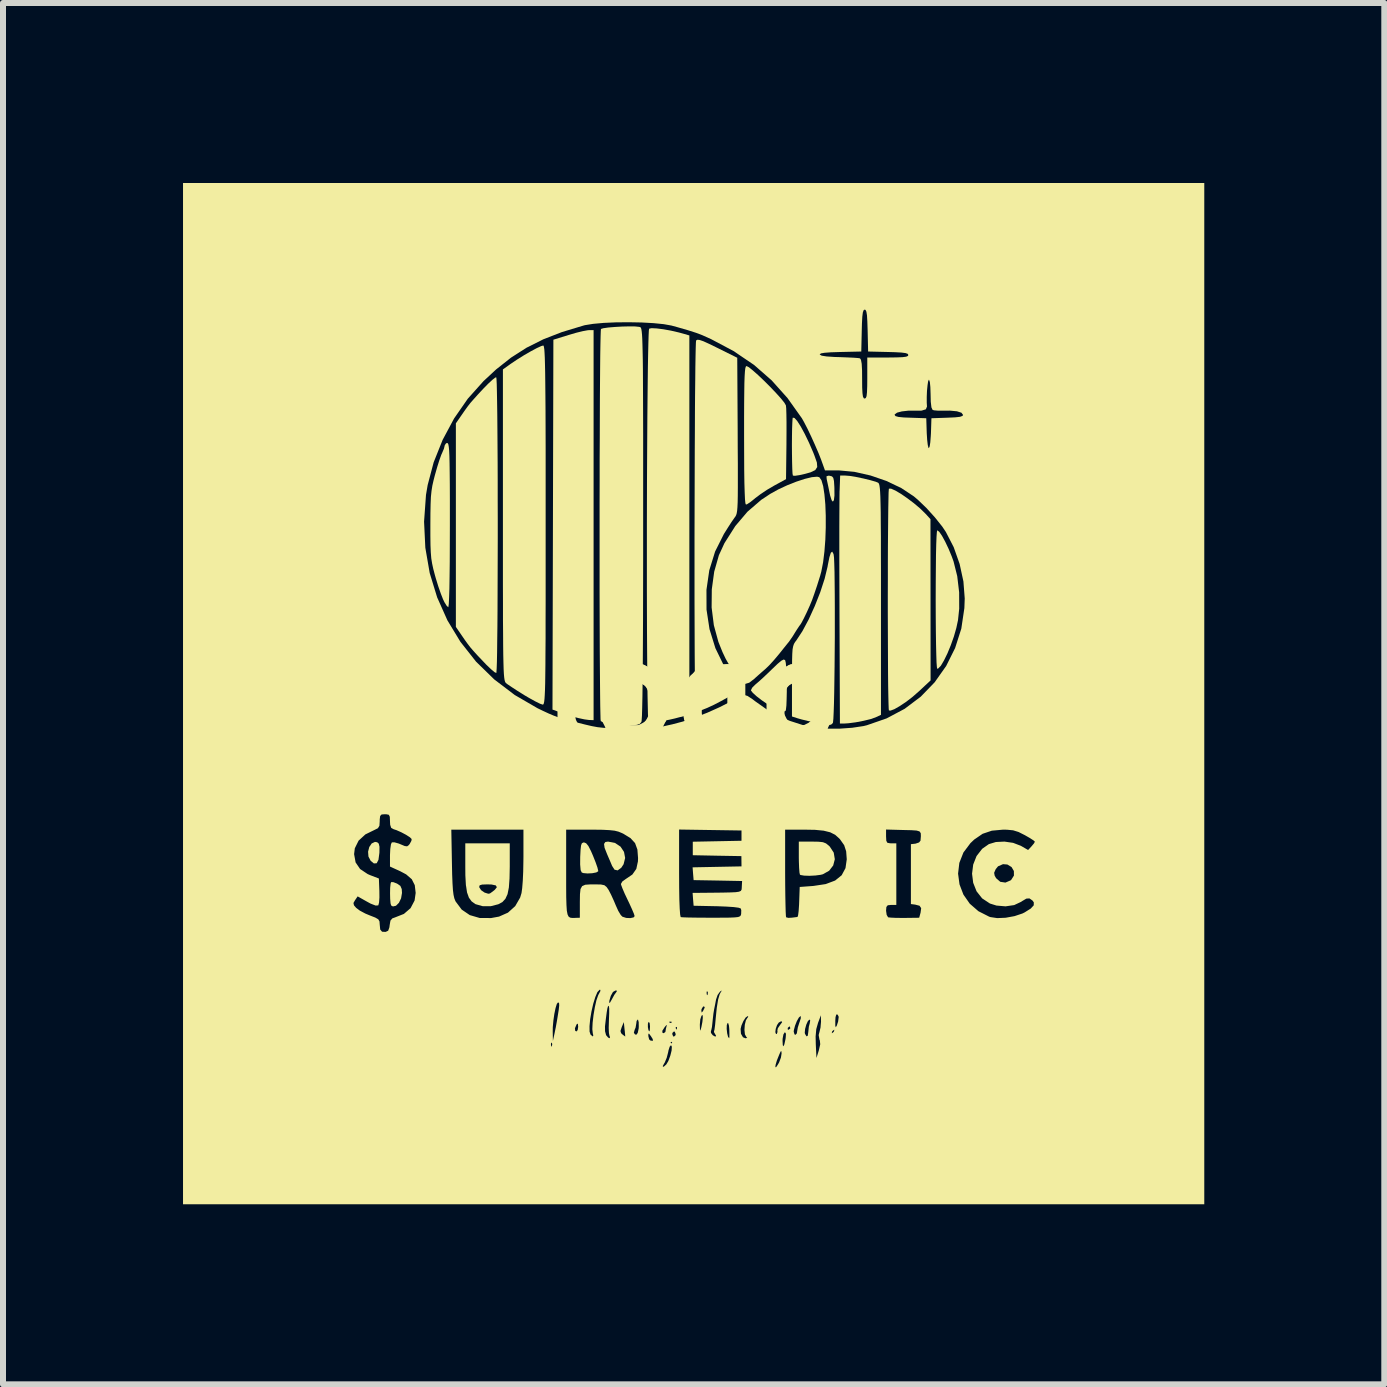
<source format=kicad_pcb>
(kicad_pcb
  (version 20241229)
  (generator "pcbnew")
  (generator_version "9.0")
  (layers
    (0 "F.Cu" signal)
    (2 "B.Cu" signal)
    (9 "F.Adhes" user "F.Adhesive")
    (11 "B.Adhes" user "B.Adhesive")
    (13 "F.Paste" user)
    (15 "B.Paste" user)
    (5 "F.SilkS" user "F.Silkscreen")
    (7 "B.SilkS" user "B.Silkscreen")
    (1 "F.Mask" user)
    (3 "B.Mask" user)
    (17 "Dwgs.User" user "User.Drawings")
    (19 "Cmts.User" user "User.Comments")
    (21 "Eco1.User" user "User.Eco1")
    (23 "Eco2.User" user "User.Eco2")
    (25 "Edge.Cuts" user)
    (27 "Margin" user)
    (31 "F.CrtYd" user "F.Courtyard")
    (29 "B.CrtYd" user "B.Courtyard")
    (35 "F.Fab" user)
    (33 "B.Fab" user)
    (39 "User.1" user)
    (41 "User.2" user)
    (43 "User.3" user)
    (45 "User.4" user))
  (footprint "logo"
    (layer "F.Cu")
    (at 8.495 8.495)
    (property "Reference" "logo" (at 0 0 0) (layer "F.SilkS") (effects (font (size 1.524 1.524) (thickness 0.3))))
    (attr board_only exclude_from_pos_files exclude_from_bom)
    (fp_poly (pts (xy -5.259 2.491) (xy -5.233 2.514) (xy -5.221 2.566) (xy -5.222 2.66) (xy -5.223 2.672) (xy -5.238 2.784) (xy -5.268 2.841) (xy -5.314 2.844) (xy -5.368 2.8) (xy -5.405 2.729) (xy -5.411 2.648) (xy -5.391 2.57) (xy -5.351 2.511) (xy -5.296 2.485)) (stroke (width 0) (type solid)) (fill yes) (layer "F.SilkS"))
    (fp_poly (pts (xy -1.653 0.456) (xy -1.732 0.453) (xy -1.806 0.443) (xy -1.904 0.422) (xy -1.953 0.409) (xy -2.066 0.375) (xy -2.181 0.337) (xy -2.217 0.324) (xy -2.338 0.28) (xy -2.323 -5.884) (xy -2.067 -5.963) (xy -1.945 -5.999) (xy -1.835 -6.026) (xy -1.754 -6.041) (xy -1.732 -6.043) (xy -1.653 -6.044)) (stroke (width 0) (type solid)) (fill yes) (layer "F.SilkS"))
    (fp_poly (pts (xy -1.295 2.503) (xy -1.204 2.564) (xy -1.146 2.652) (xy -1.127 2.753) (xy -1.153 2.857) (xy -1.191 2.915) (xy -1.252 2.96) (xy -1.304 2.948) (xy -1.344 2.886) (xy -1.376 2.81) (xy -1.417 2.715) (xy -1.429 2.687) (xy -1.47 2.583) (xy -1.479 2.519) (xy -1.457 2.487) (xy -1.412 2.48)) (stroke (width 0) (type solid)) (fill yes) (layer "F.SilkS"))
    (fp_poly (pts (xy -4.933 3.178) (xy -4.928 3.18) (xy -4.873 3.218) (xy -4.85 3.271) (xy -4.846 3.336) (xy -4.861 3.425) (xy -4.897 3.5) (xy -4.946 3.549) (xy -4.997 3.561) (xy -5.027 3.544) (xy -5.037 3.507) (xy -5.043 3.432) (xy -5.045 3.34) (xy -5.043 3.25) (xy -5.036 3.181) (xy -5.028 3.156) (xy -4.993 3.155)) (stroke (width 0) (type solid)) (fill yes) (layer "F.SilkS"))
    (fp_poly (pts (xy 2.284 -3.616) (xy 2.32 -3.606) (xy 2.341 -3.582) (xy 2.353 -3.529) (xy 2.359 -3.435) (xy 2.36 -3.409) (xy 2.361 -3.287) (xy 2.352 -3.212) (xy 2.335 -3.185) (xy 2.314 -3.209) (xy 2.289 -3.287) (xy 2.281 -3.325) (xy 2.26 -3.428) (xy 2.241 -3.517) (xy 2.232 -3.559) (xy 2.228 -3.607) (xy 2.26 -3.618)) (stroke (width 0) (type solid)) (fill yes) (layer "F.SilkS"))
    (fp_poly (pts (xy -1.777 2.508) (xy -1.74 2.553) (xy -1.696 2.639) (xy -1.661 2.72) (xy -1.619 2.826) (xy -1.589 2.912) (xy -1.576 2.966) (xy -1.576 2.975) (xy -1.608 2.994) (xy -1.675 3.007) (xy -1.754 3.011) (xy -1.822 3.005) (xy -1.85 2.995) (xy -1.869 2.955) (xy -1.877 2.862) (xy -1.876 2.734) (xy -1.87 2.617) (xy -1.862 2.545) (xy -1.849 2.509) (xy -1.827 2.496) (xy -1.811 2.494)) (stroke (width 0) (type solid)) (fill yes) (layer "F.SilkS"))
    (fp_poly (pts (xy 2.096 2.482) (xy 2.169 2.49) (xy 2.22 2.51) (xy 2.265 2.546) (xy 2.283 2.563) (xy 2.349 2.664) (xy 2.367 2.774) (xy 2.34 2.878) (xy 2.272 2.966) (xy 2.168 3.024) (xy 2.134 3.033) (xy 2.044 3.045) (xy 1.945 3.05) (xy 1.856 3.047) (xy 1.797 3.037) (xy 1.786 3.031) (xy 1.778 2.996) (xy 1.772 2.918) (xy 1.768 2.81) (xy 1.767 2.746) (xy 1.767 2.48) (xy 1.983 2.48)) (stroke (width 0) (type solid)) (fill yes) (layer "F.SilkS"))
    (fp_poly (pts (xy 1.696 -4.579) (xy 1.742 -4.527) (xy 1.8 -4.436) (xy 1.866 -4.314) (xy 1.937 -4.167) (xy 2.008 -4.003) (xy 2.028 -3.952) (xy 2.068 -3.838) (xy 2.074 -3.762) (xy 2.041 -3.711) (xy 1.963 -3.674) (xy 1.874 -3.649) (xy 1.777 -3.627) (xy 1.703 -3.616) (xy 1.669 -3.619) (xy 1.668 -3.62) (xy 1.662 -3.656) (xy 1.658 -3.737) (xy 1.655 -3.851) (xy 1.653 -3.986) (xy 1.652 -4.13) (xy 1.653 -4.272) (xy 1.655 -4.4) (xy 1.659 -4.503) (xy 1.663 -4.568) (xy 1.667 -4.585)) (stroke (width 0) (type solid)) (fill yes) (layer "F.SilkS"))
    (fp_poly (pts (xy 1.536 -0.546) (xy 1.54 -0.541) (xy 1.55 -0.498) (xy 1.558 -0.411) (xy 1.563 -0.294) (xy 1.566 -0.16) (xy 1.567 -0.022) (xy 1.564 0.107) (xy 1.56 0.213) (xy 1.552 0.283) (xy 1.546 0.302) (xy 1.511 0.316) (xy 1.44 0.298) (xy 1.425 0.292) (xy 1.344 0.251) (xy 1.249 0.193) (xy 1.151 0.126) (xy 1.064 0.059) (xy 1 0.001) (xy 0.97 -0.038) (xy 0.969 -0.042) (xy 0.99 -0.085) (xy 1.041 -0.136) (xy 1.048 -0.142) (xy 1.103 -0.189) (xy 1.184 -0.263) (xy 1.278 -0.352) (xy 1.32 -0.393) (xy 1.413 -0.482) (xy 1.475 -0.534) (xy 1.514 -0.554)) (stroke (width 0) (type solid)) (fill yes) (layer "F.SilkS"))
    (fp_poly (pts (xy 4.107 -2.683) (xy 4.153 -2.616) (xy 4.207 -2.517) (xy 4.263 -2.399) (xy 4.316 -2.271) (xy 4.346 -2.188) (xy 4.407 -1.944) (xy 4.439 -1.674) (xy 4.44 -1.401) (xy 4.42 -1.211) (xy 4.392 -1.08) (xy 4.351 -0.937) (xy 4.3 -0.793) (xy 4.244 -0.657) (xy 4.187 -0.54) (xy 4.135 -0.452) (xy 4.09 -0.405) (xy 4.074 -0.399) (xy 4.068 -0.427) (xy 4.062 -0.507) (xy 4.058 -0.635) (xy 4.054 -0.807) (xy 4.051 -1.018) (xy 4.049 -1.264) (xy 4.048 -1.539) (xy 4.048 -1.554) (xy 4.049 -1.835) (xy 4.051 -2.085) (xy 4.053 -2.298) (xy 4.057 -2.471) (xy 4.062 -2.6) (xy 4.068 -2.681) (xy 4.074 -2.708)) (stroke (width 0) (type solid)) (fill yes) (layer "F.SilkS"))
    (fp_poly (pts (xy -3.05 2.896) (xy -3.054 3.095) (xy -3.065 3.246) (xy -3.087 3.356) (xy -3.123 3.434) (xy -3.173 3.488) (xy -3.24 3.524) (xy -3.369 3.557) (xy -3.504 3.556) (xy -3.619 3.523) (xy -3.624 3.521) (xy -3.686 3.476) (xy -3.731 3.414) (xy -3.762 3.327) (xy -3.776 3.234) (xy -3.559 3.234) (xy -3.558 3.242) (xy -3.527 3.29) (xy -3.469 3.33) (xy -3.408 3.349) (xy -3.38 3.344) (xy -3.335 3.312) (xy -3.3 3.284) (xy -3.265 3.24) (xy -3.283 3.21) (xy -3.354 3.195) (xy -3.425 3.193) (xy -3.51 3.196) (xy -3.551 3.208) (xy -3.559 3.234) (xy -3.776 3.234) (xy -3.781 3.206) (xy -3.79 3.042) (xy -3.791 2.896) (xy -3.791 2.509) (xy -3.05 2.509)) (stroke (width 0) (type solid)) (fill yes) (layer "F.SilkS"))
    (fp_poly (pts (xy 3.306 -3.401) (xy 3.376 -3.37) (xy 3.469 -3.315) (xy 3.575 -3.242) (xy 3.685 -3.159) (xy 3.788 -3.072) (xy 3.874 -2.988) (xy 3.883 -2.979) (xy 3.961 -2.893) (xy 3.962 -1.55) (xy 3.963 -0.206) (xy 3.769 -0.025) (xy 3.664 0.067) (xy 3.554 0.152) (xy 3.449 0.222) (xy 3.36 0.273) (xy 3.295 0.297) (xy 3.268 0.294) (xy 3.265 0.263) (xy 3.262 0.18) (xy 3.259 0.052) (xy 3.256 -0.115) (xy 3.254 -0.316) (xy 3.253 -0.545) (xy 3.252 -0.795) (xy 3.251 -1.062) (xy 3.25 -1.339) (xy 3.25 -1.621) (xy 3.251 -1.901) (xy 3.251 -2.174) (xy 3.252 -2.434) (xy 3.254 -2.675) (xy 3.256 -2.891) (xy 3.258 -3.077) (xy 3.261 -3.226) (xy 3.263 -3.333) (xy 3.267 -3.392) (xy 3.269 -3.402)) (stroke (width 0) (type solid)) (fill yes) (layer "F.SilkS"))
    (fp_poly (pts (xy 0.935 -5.425) (xy 1.002 -5.371) (xy 1.09 -5.293) (xy 1.19 -5.198) (xy 1.292 -5.096) (xy 1.388 -4.995) (xy 1.469 -4.905) (xy 1.527 -4.833) (xy 1.552 -4.789) (xy 1.557 -4.74) (xy 1.56 -4.643) (xy 1.562 -4.509) (xy 1.562 -4.348) (xy 1.561 -4.169) (xy 1.561 -4.139) (xy 1.554 -3.56) (xy 1.354 -3.451) (xy 1.238 -3.383) (xy 1.125 -3.307) (xy 1.037 -3.241) (xy 1.036 -3.239) (xy 0.965 -3.182) (xy 0.908 -3.144) (xy 0.886 -3.136) (xy 0.877 -3.158) (xy 0.87 -3.224) (xy 0.865 -3.338) (xy 0.86 -3.5) (xy 0.857 -3.714) (xy 0.856 -3.98) (xy 0.855 -4.29) (xy 0.855 -4.582) (xy 0.856 -4.821) (xy 0.858 -5.012) (xy 0.86 -5.162) (xy 0.864 -5.274) (xy 0.869 -5.353) (xy 0.875 -5.405) (xy 0.883 -5.434) (xy 0.893 -5.444) (xy 0.896 -5.445)) (stroke (width 0) (type solid)) (fill yes) (layer "F.SilkS"))
    (fp_poly (pts (xy 2.616 -3.614) (xy 2.724 -3.596) (xy 2.844 -3.571) (xy 2.959 -3.543) (xy 3.049 -3.517) (xy 3.086 -3.502) (xy 3.096 -3.494) (xy 3.104 -3.479) (xy 3.111 -3.452) (xy 3.117 -3.41) (xy 3.122 -3.349) (xy 3.126 -3.264) (xy 3.129 -3.151) (xy 3.132 -3.007) (xy 3.133 -2.827) (xy 3.135 -2.608) (xy 3.135 -2.345) (xy 3.136 -2.034) (xy 3.136 -1.671) (xy 3.136 -1.554) (xy 3.136 0.368) (xy 3.043 0.411) (xy 2.962 0.439) (xy 2.846 0.467) (xy 2.716 0.492) (xy 2.594 0.508) (xy 2.516 0.513) (xy 2.452 0.513) (xy 2.445 -1.304) (xy 2.444 -1.629) (xy 2.443 -1.943) (xy 2.442 -2.241) (xy 2.442 -2.517) (xy 2.442 -2.764) (xy 2.443 -2.979) (xy 2.444 -3.154) (xy 2.445 -3.285) (xy 2.446 -3.364) (xy 2.447 -3.371) (xy 2.456 -3.62) (xy 2.541 -3.62)) (stroke (width 0) (type solid)) (fill yes) (layer "F.SilkS"))
    (fp_poly (pts (xy -0.603 -6.072) (xy -0.491 -6.058) (xy -0.364 -6.035) (xy -0.234 -6.005) (xy -0.164 -5.986) (xy -0.057 -5.955) (xy -0.057 0.37) (xy -0.135 0.387) (xy -0.224 0.408) (xy -0.299 0.428) (xy -0.387 0.448) (xy -0.487 0.468) (xy -0.499 0.469) (xy -0.584 0.484) (xy -0.65 0.499) (xy -0.659 0.501) (xy -0.714 0.493) (xy -0.738 0.475) (xy -0.742 0.441) (xy -0.747 0.355) (xy -0.75 0.22) (xy -0.754 0.042) (xy -0.757 -0.175) (xy -0.759 -0.428) (xy -0.761 -0.711) (xy -0.763 -1.02) (xy -0.764 -1.352) (xy -0.765 -1.7) (xy -0.765 -2.062) (xy -0.765 -2.432) (xy -0.765 -2.807) (xy -0.764 -3.181) (xy -0.763 -3.551) (xy -0.761 -3.912) (xy -0.759 -4.26) (xy -0.757 -4.59) (xy -0.754 -4.898) (xy -0.751 -5.18) (xy -0.748 -5.431) (xy -0.744 -5.646) (xy -0.74 -5.822) (xy -0.736 -5.954) (xy -0.732 -6.038) (xy -0.727 -6.068) (xy -0.686 -6.076)) (stroke (width 0) (type solid)) (fill yes) (layer "F.SilkS"))
    (fp_poly (pts (xy -3.271 -5.227) (xy -3.267 -5.145) (xy -3.264 -5.016) (xy -3.261 -4.844) (xy -3.258 -4.636) (xy -3.256 -4.397) (xy -3.254 -4.13) (xy -3.252 -3.842) (xy -3.251 -3.537) (xy -3.251 -3.22) (xy -3.25 -2.897) (xy -3.25 -2.572) (xy -3.251 -2.25) (xy -3.252 -1.937) (xy -3.253 -1.638) (xy -3.254 -1.357) (xy -3.256 -1.099) (xy -3.259 -0.871) (xy -3.261 -0.676) (xy -3.264 -0.519) (xy -3.268 -0.407) (xy -3.272 -0.343) (xy -3.274 -0.33) (xy -3.303 -0.343) (xy -3.36 -0.391) (xy -3.437 -0.464) (xy -3.495 -0.525) (xy -3.59 -0.625) (xy -3.656 -0.698) (xy -3.706 -0.756) (xy -3.75 -0.813) (xy -3.799 -0.881) (xy -3.85 -0.955) (xy -3.948 -1.098) (xy -3.948 -4.49) (xy -3.85 -4.632) (xy -3.793 -4.714) (xy -3.748 -4.776) (xy -3.706 -4.83) (xy -3.655 -4.888) (xy -3.586 -4.965) (xy -3.496 -5.062) (xy -3.411 -5.149) (xy -3.34 -5.215) (xy -3.291 -5.253) (xy -3.275 -5.257)) (stroke (width 0) (type solid)) (fill yes) (layer "F.SilkS"))
    (fp_poly (pts (xy 2.345 -2.313) (xy 2.348 -2.3) (xy 2.354 -2.25) (xy 2.358 -2.151) (xy 2.362 -2.011) (xy 2.364 -1.836) (xy 2.366 -1.634) (xy 2.367 -1.41) (xy 2.367 -1.172) (xy 2.367 -0.927) (xy 2.365 -0.681) (xy 2.363 -0.441) (xy 2.36 -0.214) (xy 2.357 -0.006) (xy 2.353 0.175) (xy 2.348 0.323) (xy 2.343 0.431) (xy 2.337 0.492) (xy 2.334 0.503) (xy 2.316 0.523) (xy 2.294 0.534) (xy 2.257 0.535) (xy 2.192 0.525) (xy 2.088 0.505) (xy 2.038 0.495) (xy 1.923 0.471) (xy 1.816 0.445) (xy 1.746 0.425) (xy 1.653 0.395) (xy 1.653 -0.192) (xy 1.654 -0.389) (xy 1.655 -0.538) (xy 1.658 -0.646) (xy 1.663 -0.723) (xy 1.673 -0.776) (xy 1.686 -0.814) (xy 1.705 -0.846) (xy 1.724 -0.87) (xy 1.827 -1.027) (xy 1.932 -1.223) (xy 2.033 -1.445) (xy 2.124 -1.675) (xy 2.197 -1.899) (xy 2.246 -2.101) (xy 2.251 -2.131) (xy 2.277 -2.26) (xy 2.301 -2.334) (xy 2.324 -2.352)) (stroke (width 0) (type solid)) (fill yes) (layer "F.SilkS"))
    (fp_poly (pts (xy -4.081 -4.157) (xy -4.073 -4.137) (xy -4.066 -4.099) (xy -4.06 -4.037) (xy -4.056 -3.948) (xy -4.053 -3.826) (xy -4.051 -3.668) (xy -4.049 -3.468) (xy -4.048 -3.222) (xy -4.048 -2.925) (xy -4.048 -2.794) (xy -4.049 -2.468) (xy -4.05 -2.181) (xy -4.053 -1.936) (xy -4.056 -1.736) (xy -4.061 -1.583) (xy -4.066 -1.48) (xy -4.073 -1.43) (xy -4.075 -1.425) (xy -4.101 -1.449) (xy -4.139 -1.51) (xy -4.163 -1.561) (xy -4.198 -1.65) (xy -4.241 -1.773) (xy -4.283 -1.91) (xy -4.299 -1.967) (xy -4.325 -2.066) (xy -4.344 -2.154) (xy -4.358 -2.241) (xy -4.366 -2.34) (xy -4.371 -2.462) (xy -4.373 -2.619) (xy -4.373 -2.794) (xy -4.372 -2.992) (xy -4.369 -3.145) (xy -4.364 -3.265) (xy -4.354 -3.363) (xy -4.34 -3.452) (xy -4.319 -3.544) (xy -4.297 -3.629) (xy -4.26 -3.759) (xy -4.223 -3.877) (xy -4.191 -3.966) (xy -4.177 -3.997) (xy -4.147 -4.068) (xy -4.134 -4.121) (xy -4.134 -4.124) (xy -4.111 -4.158) (xy -4.091 -4.162)) (stroke (width 0) (type solid)) (fill yes) (layer "F.SilkS"))
    (fp_poly (pts (xy -2.485 -5.781) (xy -2.48 -5.76) (xy -2.474 -5.721) (xy -2.47 -5.662) (xy -2.466 -5.579) (xy -2.463 -5.469) (xy -2.46 -5.329) (xy -2.458 -5.156) (xy -2.456 -4.948) (xy -2.454 -4.701) (xy -2.453 -4.411) (xy -2.452 -4.077) (xy -2.452 -3.695) (xy -2.452 -3.261) (xy -2.452 -2.794) (xy -2.452 -2.315) (xy -2.452 -1.89) (xy -2.452 -1.516) (xy -2.453 -1.189) (xy -2.453 -0.906) (xy -2.455 -0.664) (xy -2.456 -0.461) (xy -2.458 -0.292) (xy -2.46 -0.154) (xy -2.463 -0.045) (xy -2.467 0.04) (xy -2.471 0.102) (xy -2.476 0.146) (xy -2.482 0.174) (xy -2.488 0.19) (xy -2.495 0.196) (xy -2.502 0.197) (xy -2.546 0.182) (xy -2.625 0.143) (xy -2.728 0.086) (xy -2.808 0.039) (xy -2.92 -0.031) (xy -3.018 -0.095) (xy -3.089 -0.143) (xy -3.114 -0.163) (xy -3.123 -0.174) (xy -3.13 -0.19) (xy -3.137 -0.217) (xy -3.143 -0.258) (xy -3.148 -0.315) (xy -3.152 -0.393) (xy -3.155 -0.494) (xy -3.158 -0.624) (xy -3.16 -0.784) (xy -3.161 -0.979) (xy -3.163 -1.211) (xy -3.163 -1.486) (xy -3.164 -1.805) (xy -3.164 -2.172) (xy -3.164 -2.592) (xy -3.164 -2.799) (xy -3.164 -5.389) (xy -3.035 -5.481) (xy -2.931 -5.551) (xy -2.816 -5.623) (xy -2.702 -5.689) (xy -2.601 -5.743) (xy -2.525 -5.778) (xy -2.492 -5.787)) (stroke (width 0) (type solid)) (fill yes) (layer "F.SilkS"))
    (fp_poly (pts (xy 0.113 -5.88) (xy 0.177 -5.858) (xy 0.276 -5.813) (xy 0.411 -5.747) (xy 0.741 -5.583) (xy 0.748 -4.409) (xy 0.749 -4.09) (xy 0.751 -3.822) (xy 0.751 -3.602) (xy 0.751 -3.424) (xy 0.75 -3.282) (xy 0.748 -3.174) (xy 0.744 -3.092) (xy 0.739 -3.033) (xy 0.732 -2.991) (xy 0.723 -2.962) (xy 0.712 -2.94) (xy 0.698 -2.921) (xy 0.689 -2.908) (xy 0.645 -2.845) (xy 0.585 -2.752) (xy 0.521 -2.65) (xy 0.519 -2.647) (xy 0.372 -2.354) (xy 0.275 -2.041) (xy 0.228 -1.716) (xy 0.229 -1.386) (xy 0.279 -1.059) (xy 0.377 -0.743) (xy 0.523 -0.443) (xy 0.654 -0.248) (xy 0.713 -0.166) (xy 0.754 -0.099) (xy 0.77 -0.063) (xy 0.746 -0.032) (xy 0.681 0.016) (xy 0.587 0.074) (xy 0.474 0.137) (xy 0.355 0.199) (xy 0.241 0.252) (xy 0.142 0.291) (xy 0.125 0.296) (xy 0.068 0.297) (xy 0.046 0.27) (xy 0.043 0.234) (xy 0.04 0.145) (xy 0.038 0.009) (xy 0.036 -0.171) (xy 0.034 -0.389) (xy 0.032 -0.641) (xy 0.031 -0.923) (xy 0.03 -1.229) (xy 0.029 -1.556) (xy 0.029 -1.899) (xy 0.029 -2.254) (xy 0.029 -2.615) (xy 0.03 -2.978) (xy 0.031 -3.34) (xy 0.032 -3.694) (xy 0.033 -4.038) (xy 0.035 -4.365) (xy 0.036 -4.672) (xy 0.038 -4.954) (xy 0.041 -5.207) (xy 0.043 -5.426) (xy 0.046 -5.606) (xy 0.049 -5.743) (xy 0.052 -5.832) (xy 0.055 -5.87) (xy 0.055 -5.871) (xy 0.075 -5.883)) (stroke (width 0) (type solid)) (fill yes) (layer "F.SilkS"))
    (fp_poly (pts (xy 2.109 -3.592) (xy 2.144 -3.542) (xy 2.173 -3.443) (xy 2.194 -3.306) (xy 2.209 -3.139) (xy 2.216 -2.952) (xy 2.216 -2.753) (xy 2.209 -2.551) (xy 2.194 -2.356) (xy 2.172 -2.176) (xy 2.142 -2.021) (xy 2.123 -1.951) (xy 2.069 -1.779) (xy 2.025 -1.649) (xy 1.988 -1.545) (xy 1.951 -1.455) (xy 1.91 -1.364) (xy 1.899 -1.34) (xy 1.854 -1.247) (xy 1.817 -1.176) (xy 1.796 -1.141) (xy 1.795 -1.14) (xy 1.772 -1.109) (xy 1.731 -1.047) (xy 1.709 -1.012) (xy 1.66 -0.933) (xy 1.617 -0.871) (xy 1.606 -0.855) (xy 1.572 -0.813) (xy 1.514 -0.741) (xy 1.444 -0.653) (xy 1.434 -0.641) (xy 1.355 -0.547) (xy 1.276 -0.46) (xy 1.215 -0.401) (xy 1.213 -0.399) (xy 1.137 -0.333) (xy 1.051 -0.257) (xy 1.028 -0.235) (xy 0.941 -0.168) (xy 0.874 -0.148) (xy 0.815 -0.177) (xy 0.766 -0.235) (xy 0.719 -0.297) (xy 0.684 -0.334) (xy 0.678 -0.337) (xy 0.656 -0.37) (xy 0.656 -0.372) (xy 0.641 -0.409) (xy 0.604 -0.472) (xy 0.587 -0.498) (xy 0.546 -0.571) (xy 0.495 -0.679) (xy 0.445 -0.803) (xy 0.427 -0.848) (xy 0.351 -1.126) (xy 0.314 -1.422) (xy 0.317 -1.724) (xy 0.357 -2.018) (xy 0.435 -2.292) (xy 0.528 -2.494) (xy 0.709 -2.779) (xy 0.911 -3.017) (xy 1.139 -3.214) (xy 1.29 -3.314) (xy 1.427 -3.39) (xy 1.576 -3.459) (xy 1.725 -3.518) (xy 1.865 -3.564) (xy 1.984 -3.593) (xy 2.072 -3.601)) (stroke (width 0) (type solid)) (fill yes) (layer "F.SilkS"))
    (fp_poly (pts (xy -0.961 -6.105) (xy -0.893 -6.098) (xy -0.877 -6.094) (xy -0.869 -6.088) (xy -0.862 -6.076) (xy -0.856 -6.054) (xy -0.851 -6.02) (xy -0.846 -5.97) (xy -0.842 -5.902) (xy -0.839 -5.812) (xy -0.836 -5.697) (xy -0.833 -5.554) (xy -0.831 -5.38) (xy -0.83 -5.173) (xy -0.829 -4.928) (xy -0.828 -4.642) (xy -0.827 -4.314) (xy -0.827 -3.938) (xy -0.827 -3.514) (xy -0.827 -3.036) (xy -0.827 -2.819) (xy -0.827 -2.239) (xy -0.828 -1.716) (xy -0.829 -1.249) (xy -0.831 -0.838) (xy -0.833 -0.483) (xy -0.836 -0.184) (xy -0.839 0.06) (xy -0.843 0.248) (xy -0.847 0.383) (xy -0.852 0.462) (xy -0.856 0.486) (xy -0.883 0.518) (xy -0.931 0.535) (xy -1.014 0.541) (xy -1.065 0.542) (xy -1.16 0.54) (xy -1.23 0.536) (xy -1.257 0.53) (xy -1.29 0.521) (xy -1.359 0.51) (xy -1.391 0.506) (xy -1.471 0.493) (xy -1.525 0.477) (xy -1.533 0.472) (xy -1.537 0.441) (xy -1.539 0.357) (xy -1.542 0.225) (xy -1.544 0.049) (xy -1.546 -0.166) (xy -1.548 -0.417) (xy -1.55 -0.698) (xy -1.551 -1.006) (xy -1.552 -1.335) (xy -1.553 -1.683) (xy -1.553 -2.043) (xy -1.553 -2.412) (xy -1.553 -2.786) (xy -1.553 -3.16) (xy -1.552 -3.53) (xy -1.552 -3.891) (xy -1.55 -4.239) (xy -1.549 -4.569) (xy -1.548 -4.878) (xy -1.546 -5.161) (xy -1.544 -5.413) (xy -1.542 -5.63) (xy -1.539 -5.808) (xy -1.536 -5.942) (xy -1.533 -6.029) (xy -1.53 -6.062) (xy -1.53 -6.063) (xy -1.491 -6.075) (xy -1.409 -6.087) (xy -1.301 -6.096) (xy -1.18 -6.103) (xy -1.061 -6.106)) (stroke (width 0) (type solid)) (fill yes) (layer "F.SilkS"))
    (fp_poly (pts (xy 8.524 8.524) (xy -8.495 8.524) (xy -8.495 6.24) (xy 1.376 6.24) (xy 1.39 6.238) (xy 1.421 6.191) (xy 1.439 6.159) (xy 1.469 6.079) (xy 1.48 6.009) (xy 1.476 5.971) (xy 1.464 5.978) (xy 1.441 6.029) (xy 1.401 6.129) (xy 1.38 6.201) (xy 1.376 6.24) (xy -8.495 6.24) (xy -8.495 6.222) (xy -0.501 6.222) (xy -0.493 6.233) (xy -0.481 6.229) (xy -0.441 6.193) (xy -0.407 6.136) (xy -0.374 6.046) (xy -0.353 5.962) (xy -0.349 5.899) (xy -0.362 5.873) (xy -0.363 5.873) (xy -0.385 5.898) (xy -0.405 5.961) (xy -0.41 5.989) (xy -0.434 6.082) (xy -0.468 6.164) (xy -0.475 6.174) (xy -0.501 6.222) (xy -8.495 6.222) (xy -8.495 5.856) (xy -2.364 5.856) (xy -2.359 5.893) (xy -2.349 5.893) (xy -2.342 5.855) (xy -2.347 5.839) (xy -2.357 5.83) (xy -0.371 5.83) (xy -0.356 5.844) (xy -0.342 5.83) (xy -0.356 5.815) (xy -0.371 5.83) (xy -2.357 5.83) (xy -2.359 5.828) (xy -2.364 5.856) (xy -8.495 5.856) (xy -8.495 5.646) (xy -2.334 5.646) (xy -2.331 5.801) (xy -2.331 5.801) (xy 1.496 5.801) (xy 1.5 5.873) (xy 1.511 5.892) (xy 1.526 5.859) (xy 1.544 5.777) (xy 1.548 5.753) (xy 1.55 5.728) (xy 2.047 5.728) (xy 2.05 5.858) (xy 2.061 6.086) (xy 2.101 5.958) (xy 2.124 5.857) (xy 2.117 5.792) (xy 2.111 5.781) (xy 2.098 5.704) (xy 2.106 5.671) (xy 2.316 5.671) (xy 2.32 5.673) (xy 2.346 5.653) (xy 2.352 5.644) (xy 2.359 5.618) (xy 2.355 5.616) (xy 2.329 5.636) (xy 2.323 5.644) (xy 2.316 5.671) (xy 2.106 5.671) (xy 2.11 5.658) (xy 2.129 5.577) (xy 2.131 5.548) (xy 2.375 5.548) (xy 2.383 5.575) (xy 2.4 5.546) (xy 2.422 5.479) (xy 2.432 5.4) (xy 2.414 5.363) (xy 2.392 5.361) (xy 2.379 5.405) (xy 2.375 5.464) (xy 2.375 5.548) (xy 2.131 5.548) (xy 2.137 5.483) (xy 2.137 5.479) (xy 2.135 5.374) (xy 2.087 5.502) (xy 2.058 5.605) (xy 2.047 5.728) (xy 1.55 5.728) (xy 1.553 5.682) (xy 1.538 5.659) (xy 1.53 5.661) (xy 1.51 5.695) (xy 1.497 5.766) (xy 1.496 5.801) (xy -2.331 5.801) (xy -2.306 5.687) (xy -2.287 5.593) (xy -2.286 5.591) (xy -1.964 5.591) (xy -1.959 5.634) (xy -1.938 5.644) (xy -1.918 5.62) (xy -1.91 5.566) (xy -1.911 5.556) (xy -1.721 5.556) (xy -1.72 5.647) (xy -1.703 5.698) (xy -1.702 5.698) (xy -1.665 5.728) (xy -1.658 5.709) (xy -1.666 5.677) (xy -1.674 5.606) (xy -1.672 5.559) (xy -1.463 5.559) (xy -1.462 5.641) (xy -1.445 5.705) (xy -1.443 5.708) (xy -1.409 5.747) (xy -1.383 5.757) (xy -1.38 5.735) (xy -1.388 5.718) (xy -1.397 5.671) (xy -1.399 5.636) (xy -1.205 5.636) (xy -1.194 5.673) (xy -1.173 5.693) (xy -1.135 5.722) (xy -1.125 5.729) (xy -1.126 5.721) (xy -0.741 5.721) (xy -0.727 5.776) (xy -0.706 5.795) (xy -0.665 5.801) (xy -0.667 5.772) (xy -0.696 5.725) (xy -0.724 5.687) (xy -0.342 5.687) (xy -0.327 5.725) (xy -0.314 5.73) (xy -0.288 5.707) (xy -0.285 5.687) (xy -0.3 5.649) (xy -0.314 5.644) (xy -0.339 5.668) (xy -0.342 5.687) (xy -0.724 5.687) (xy -0.728 5.681) (xy -0.74 5.683) (xy -0.741 5.721) (xy -1.126 5.721) (xy -1.127 5.704) (xy -1.131 5.665) (xy -0.982 5.665) (xy -0.962 5.695) (xy -0.935 5.695) (xy -0.916 5.663) (xy -0.902 5.595) (xy -0.9 5.565) (xy -0.901 5.517) (xy -0.748 5.517) (xy -0.748 5.573) (xy -0.738 5.624) (xy -0.724 5.644) (xy -0.72 5.634) (xy -0.508 5.634) (xy -0.504 5.668) (xy -0.485 5.673) (xy -0.457 5.653) (xy -0.456 5.647) (xy -0.454 5.637) (xy 0.302 5.637) (xy 0.303 5.668) (xy 0.333 5.707) (xy 0.372 5.729) (xy 0.378 5.73) (xy 0.388 5.714) (xy 0.374 5.692) (xy 0.353 5.654) (xy 0.354 5.642) (xy 0.362 5.61) (xy 0.363 5.601) (xy 0.565 5.601) (xy 0.573 5.674) (xy 0.588 5.734) (xy 0.607 5.758) (xy 0.61 5.733) (xy 0.61 5.668) (xy 0.609 5.623) (xy 0.608 5.602) (xy 0.797 5.602) (xy 0.803 5.683) (xy 0.837 5.741) (xy 0.88 5.758) (xy 0.907 5.751) (xy 0.893 5.736) (xy 0.869 5.693) (xy 0.865 5.656) (xy 1.376 5.656) (xy 1.387 5.687) (xy 1.4 5.685) (xy 1.413 5.65) (xy 1.412 5.648) (xy 1.682 5.648) (xy 1.695 5.692) (xy 1.71 5.701) (xy 1.733 5.678) (xy 1.736 5.664) (xy 1.866 5.664) (xy 1.87 5.684) (xy 1.896 5.726) (xy 1.916 5.715) (xy 1.925 5.653) (xy 1.925 5.652) (xy 1.934 5.566) (xy 1.949 5.509) (xy 1.957 5.46) (xy 1.946 5.445) (xy 1.919 5.47) (xy 1.892 5.529) (xy 1.872 5.601) (xy 1.866 5.664) (xy 1.736 5.664) (xy 1.739 5.644) (xy 1.75 5.579) (xy 1.776 5.497) (xy 1.78 5.487) (xy 1.8 5.424) (xy 1.799 5.39) (xy 1.795 5.388) (xy 1.768 5.412) (xy 1.734 5.472) (xy 1.704 5.548) (xy 1.685 5.62) (xy 1.682 5.648) (xy 1.412 5.648) (xy 1.409 5.635) (xy 1.417 5.591) (xy 1.42 5.587) (xy 1.582 5.587) (xy 1.584 5.614) (xy 1.595 5.616) (xy 1.624 5.595) (xy 1.625 5.587) (xy 1.615 5.56) (xy 1.612 5.559) (xy 1.588 5.579) (xy 1.582 5.587) (xy 1.42 5.587) (xy 1.454 5.537) (xy 1.489 5.49) (xy 1.478 5.474) (xy 1.474 5.473) (xy 1.433 5.496) (xy 1.404 5.538) (xy 1.382 5.601) (xy 1.376 5.656) (xy 0.865 5.656) (xy 0.861 5.617) (xy 0.867 5.532) (xy 0.885 5.459) (xy 0.903 5.429) (xy 0.925 5.397) (xy 0.915 5.388) (xy 0.881 5.412) (xy 0.843 5.471) (xy 0.811 5.545) (xy 0.797 5.602) (xy 0.608 5.602) (xy 0.603 5.548) (xy 0.59 5.505) (xy 0.581 5.502) (xy 0.567 5.536) (xy 0.565 5.601) (xy 0.363 5.601) (xy 0.372 5.536) (xy 0.381 5.438) (xy 0.381 5.436) (xy 0.4 5.249) (xy 0.422 5.113) (xy 0.448 5.024) (xy 0.467 4.989) (xy 0.485 4.961) (xy 0.465 4.972) (xy 0.452 4.983) (xy 0.414 5.036) (xy 0.388 5.111) (xy 0.371 5.201) (xy 0.356 5.274) (xy 0.344 5.346) (xy 0.333 5.443) (xy 0.329 5.483) (xy 0.32 5.567) (xy 0.308 5.624) (xy 0.302 5.637) (xy -0.454 5.637) (xy -0.448 5.599) (xy -0.445 5.587) (xy -0.285 5.587) (xy -0.275 5.611) (xy -0.266 5.606) (xy -0.263 5.573) (xy -0.266 5.568) (xy -0.283 5.572) (xy -0.285 5.587) (xy -0.445 5.587) (xy -0.44 5.568) (xy -0.431 5.535) (xy -0.446 5.545) (xy -0.468 5.571) (xy -0.508 5.634) (xy -0.72 5.634) (xy -0.716 5.62) (xy -0.713 5.56) (xy -0.713 5.557) (xy -0.717 5.525) (xy 0.118 5.525) (xy 0.118 5.545) (xy 0.12 5.614) (xy 0.125 5.631) (xy 0.136 5.598) (xy 0.143 5.573) (xy 0.16 5.485) (xy 0.167 5.416) (xy 0.165 5.371) (xy 0.15 5.377) (xy 0.143 5.388) (xy 0.125 5.443) (xy 0.118 5.525) (xy -0.717 5.525) (xy -0.719 5.502) (xy -0.736 5.485) (xy -0.737 5.485) (xy -0.748 5.517) (xy -0.901 5.517) (xy -0.901 5.491) (xy -0.903 5.483) (xy -0.39 5.483) (xy -0.386 5.5) (xy -0.371 5.502) (xy -0.347 5.491) (xy -0.352 5.483) (xy -0.385 5.479) (xy -0.39 5.483) (xy -0.903 5.483) (xy -0.912 5.449) (xy -0.917 5.445) (xy -0.936 5.469) (xy -0.941 5.509) (xy -0.953 5.58) (xy -0.968 5.615) (xy -0.982 5.665) (xy -1.131 5.665) (xy -1.133 5.641) (xy -1.137 5.609) (xy -1.149 5.488) (xy -1.184 5.572) (xy -1.205 5.636) (xy -1.399 5.636) (xy -1.401 5.585) (xy -1.398 5.475) (xy -1.397 5.447) (xy -1.393 5.341) (xy -1.393 5.297) (xy 0.143 5.297) (xy 0.148 5.329) (xy 0.167 5.308) (xy 0.171 5.302) (xy 0.195 5.254) (xy 0.199 5.237) (xy 0.182 5.226) (xy 0.171 5.231) (xy 0.146 5.272) (xy 0.143 5.297) (xy -1.393 5.297) (xy -1.393 5.26) (xy -1.399 5.219) (xy -1.402 5.217) (xy -1.413 5.226) (xy -1.423 5.259) (xy -1.434 5.324) (xy -1.448 5.431) (xy -1.463 5.559) (xy -1.672 5.559) (xy -1.669 5.498) (xy -1.654 5.37) (xy -1.632 5.24) (xy -1.616 5.169) (xy -1.393 5.169) (xy -1.378 5.161) (xy -1.345 5.103) (xy -1.307 5.033) (xy -1.284 5.001) (xy 0.23 5.001) (xy 0.236 5.038) (xy 0.245 5.038) (xy 0.252 5) (xy 0.248 4.983) (xy 0.235 4.973) (xy 0.23 5.001) (xy -1.284 5.001) (xy -1.274 4.987) (xy -1.269 4.982) (xy -1.265 4.964) (xy -1.287 4.961) (xy -1.33 4.986) (xy -1.366 5.05) (xy -1.39 5.131) (xy -1.393 5.169) (xy -1.616 5.169) (xy -1.606 5.125) (xy -1.577 5.042) (xy -1.571 5.03) (xy -1.539 4.969) (xy -1.543 4.948) (xy -1.554 4.95) (xy -1.59 4.989) (xy -1.625 5.072) (xy -1.659 5.183) (xy -1.688 5.31) (xy -1.71 5.439) (xy -1.721 5.556) (xy -1.911 5.556) (xy -1.915 5.516) (xy -1.929 5.518) (xy -1.938 5.53) (xy -1.964 5.591) (xy -2.286 5.591) (xy -2.265 5.475) (xy -2.253 5.402) (xy -2.234 5.284) (xy -2.226 5.211) (xy -2.228 5.174) (xy -2.24 5.161) (xy -2.246 5.16) (xy -2.266 5.186) (xy -2.287 5.255) (xy -2.307 5.351) (xy -2.323 5.462) (xy -2.333 5.573) (xy -2.334 5.646) (xy -8.495 5.646) (xy -8.495 3.503) (xy -5.655 3.503) (xy -5.646 3.542) (xy -5.61 3.584) (xy -5.549 3.63) (xy -5.457 3.679) (xy -5.383 3.71) (xy -5.291 3.746) (xy -5.241 3.775) (xy -5.221 3.81) (xy -5.217 3.862) (xy -5.209 3.945) (xy -5.178 3.982) (xy -5.118 3.985) (xy -5.076 3.965) (xy -5.056 3.909) (xy -5.051 3.87) (xy -5.038 3.796) (xy -5.006 3.759) (xy -4.966 3.745) (xy -4.814 3.685) (xy -4.703 3.589) (xy -4.636 3.462) (xy -4.618 3.335) (xy -4.633 3.206) (xy -4.683 3.107) (xy -4.777 3.026) (xy -4.875 2.974) (xy -5.046 2.896) (xy -5.046 2.704) (xy -5.041 2.602) (xy -5.03 2.526) (xy -5.015 2.493) (xy -4.972 2.492) (xy -4.901 2.512) (xy -4.872 2.524) (xy -4.8 2.554) (xy -4.761 2.559) (xy -4.733 2.539) (xy -4.718 2.52) (xy -4.689 2.467) (xy -4.685 2.437) (xy -4.714 2.408) (xy -4.778 2.367) (xy -4.859 2.324) (xy -4.941 2.288) (xy -4.964 2.281) (xy -4.024 2.281) (xy -4.014 2.829) (xy -4.01 3.027) (xy -4.004 3.177) (xy -3.997 3.287) (xy -3.987 3.367) (xy -3.974 3.425) (xy -3.956 3.47) (xy -3.952 3.478) (xy -3.851 3.613) (xy -3.716 3.705) (xy -3.551 3.753) (xy -3.361 3.754) (xy -3.229 3.73) (xy -3.08 3.664) (xy -2.959 3.555) (xy -2.877 3.413) (xy -2.854 3.337) (xy -2.843 3.257) (xy -2.833 3.133) (xy -2.826 2.981) (xy -2.823 2.815) (xy -2.822 2.735) (xy -2.822 2.281) (xy -2.11 2.281) (xy -2.11 3.005) (xy -2.11 3.231) (xy -2.109 3.407) (xy -2.105 3.538) (xy -2.099 3.631) (xy -2.087 3.693) (xy -2.07 3.729) (xy -2.045 3.747) (xy -2.012 3.752) (xy -1.969 3.752) (xy -1.96 3.751) (xy -1.882 3.749) (xy -1.882 3.488) (xy -1.88 3.356) (xy -1.871 3.271) (xy -1.844 3.222) (xy -1.792 3.199) (xy -1.704 3.193) (xy -1.625 3.193) (xy -1.53 3.195) (xy -1.473 3.207) (xy -1.436 3.237) (xy -1.403 3.285) (xy -1.362 3.364) (xy -1.314 3.469) (xy -1.283 3.543) (xy -1.242 3.634) (xy -1.2 3.704) (xy -1.172 3.732) (xy -1.109 3.752) (xy -1.04 3.755) (xy -0.986 3.743) (xy -0.969 3.722) (xy -0.981 3.683) (xy -1.013 3.607) (xy -1.059 3.506) (xy -1.083 3.456) (xy -1.134 3.349) (xy -1.173 3.258) (xy -1.195 3.198) (xy -1.197 3.185) (xy -1.174 3.145) (xy -1.119 3.105) (xy -1.119 3.105) (xy -1.007 3.029) (xy -0.941 2.935) (xy -0.914 2.81) (xy -0.912 2.755) (xy -0.923 2.612) (xy -0.962 2.505) (xy -1.038 2.422) (xy -1.159 2.348) (xy -1.183 2.337) (xy -1.239 2.314) (xy -1.303 2.298) (xy -1.387 2.289) (xy -1.503 2.283) (xy -1.662 2.281) (xy -1.703 2.281) (xy -2.11 2.281) (xy -2.822 2.281) (xy -4.024 2.281) (xy -4.964 2.281) (xy -4.967 2.279) (xy -0.228 2.279) (xy -0.228 3.005) (xy -0.227 3.248) (xy -0.224 3.445) (xy -0.218 3.595) (xy -0.211 3.693) (xy -0.202 3.737) (xy -0.199 3.739) (xy -0.162 3.742) (xy -0.079 3.745) (xy 0.042 3.747) (xy 0.19 3.748) (xy 0.312 3.749) (xy 0.488 3.748) (xy 0.615 3.747) (xy 0.702 3.743) (xy 0.756 3.737) (xy 0.786 3.725) (xy 0.8 3.709) (xy 0.806 3.686) (xy 0.808 3.624) (xy 0.8 3.595) (xy 0.765 3.582) (xy 0.682 3.571) (xy 0.559 3.563) (xy 0.406 3.557) (xy 0.398 3.557) (xy 0.014 3.549) (xy 0.005 3.442) (xy -0.003 3.335) (xy 0.319 3.332) (xy 0.497 3.33) (xy 0.627 3.327) (xy 0.715 3.323) (xy 0.77 3.315) (xy 0.8 3.302) (xy 0.813 3.281) (xy 0.816 3.253) (xy 0.817 3.228) (xy 0.822 3.137) (xy 0.418 3.129) (xy 0.014 3.122) (xy 0.005 3.015) (xy 0.004 3.003) (xy 1.539 3.003) (xy 1.54 3.2) (xy 1.542 3.378) (xy 1.545 3.529) (xy 1.548 3.645) (xy 1.552 3.719) (xy 1.556 3.742) (xy 1.594 3.751) (xy 1.649 3.748) (xy 1.713 3.74) (xy 1.745 3.736) (xy 1.755 3.709) (xy 1.764 3.638) (xy 1.771 3.536) (xy 1.773 3.485) (xy 1.782 3.236) (xy 2.01 3.219) (xy 2.215 3.188) (xy 2.372 3.129) (xy 2.481 3.041) (xy 2.545 2.922) (xy 2.566 2.775) (xy 2.556 2.642) (xy 2.523 2.54) (xy 2.456 2.445) (xy 2.441 2.428) (xy 2.373 2.367) (xy 2.29 2.325) (xy 2.181 2.298) (xy 2.037 2.284) (xy 1.864 2.281) (xy 1.539 2.281) (xy 1.539 3.003) (xy 0.004 3.003) (xy -0.003 2.909) (xy 0.405 2.901) (xy 0.812 2.893) (xy 0.811 2.808) (xy 0.81 2.722) (xy 0.405 2.715) (xy 0 2.707) (xy 0 2.482) (xy 0.812 2.466) (xy 0.812 2.38) (xy 0.812 2.295) (xy -0.228 2.279) (xy -4.967 2.279) (xy -4.97 2.279) (xy 3.221 2.279) (xy 3.221 2.394) (xy 3.225 2.467) (xy 3.243 2.5) (xy 3.287 2.508) (xy 3.307 2.509) (xy 3.392 2.509) (xy 3.392 3.535) (xy 3.307 3.535) (xy 3.249 3.541) (xy 3.226 3.57) (xy 3.221 3.632) (xy 3.231 3.701) (xy 3.254 3.74) (xy 3.257 3.742) (xy 3.301 3.747) (xy 3.385 3.751) (xy 3.495 3.752) (xy 3.533 3.752) (xy 3.773 3.749) (xy 3.796 3.664) (xy 3.806 3.589) (xy 3.779 3.549) (xy 3.706 3.53) (xy 3.635 3.521) (xy 3.635 3.014) (xy 4.421 3.014) (xy 4.445 3.193) (xy 4.51 3.363) (xy 4.616 3.515) (xy 4.76 3.64) (xy 4.939 3.731) (xy 4.96 3.738) (xy 5.073 3.755) (xy 5.214 3.749) (xy 5.362 3.722) (xy 5.494 3.678) (xy 5.53 3.66) (xy 5.632 3.596) (xy 5.682 3.542) (xy 5.683 3.492) (xy 5.661 3.462) (xy 5.611 3.427) (xy 5.559 3.43) (xy 5.485 3.474) (xy 5.473 3.483) (xy 5.356 3.538) (xy 5.212 3.559) (xy 5.061 3.546) (xy 4.952 3.512) (xy 4.822 3.426) (xy 4.729 3.308) (xy 4.673 3.167) (xy 4.654 3.015) (xy 4.656 3) (xy 5.022 3) (xy 5.031 3.048) (xy 5.055 3.09) (xy 5.124 3.15) (xy 5.21 3.163) (xy 5.295 3.127) (xy 5.307 3.117) (xy 5.352 3.046) (xy 5.351 2.97) (xy 5.312 2.904) (xy 5.243 2.862) (xy 5.17 2.856) (xy 5.087 2.892) (xy 5.048 2.94) (xy 5.022 3) (xy 4.656 3) (xy 4.673 2.863) (xy 4.729 2.721) (xy 4.823 2.6) (xy 4.934 2.522) (xy 5.051 2.487) (xy 5.194 2.48) (xy 5.339 2.501) (xy 5.464 2.549) (xy 5.467 2.55) (xy 5.588 2.62) (xy 5.645 2.559) (xy 5.686 2.51) (xy 5.701 2.481) (xy 5.678 2.46) (xy 5.618 2.421) (xy 5.534 2.373) (xy 5.429 2.32) (xy 5.339 2.292) (xy 5.236 2.282) (xy 5.17 2.281) (xy 4.984 2.298) (xy 4.83 2.35) (xy 4.69 2.446) (xy 4.627 2.506) (xy 4.51 2.662) (xy 4.442 2.835) (xy 4.421 3.014) (xy 3.635 3.014) (xy 3.635 2.523) (xy 3.713 2.514) (xy 3.771 2.494) (xy 3.795 2.464) (xy 3.801 2.388) (xy 3.799 2.339) (xy 3.778 2.31) (xy 3.73 2.296) (xy 3.644 2.29) (xy 3.513 2.287) (xy 3.221 2.279) (xy -4.97 2.279) (xy -4.987 2.273) (xy -5.026 2.251) (xy -5.043 2.2) (xy -5.046 2.141) (xy -5.049 2.066) (xy -5.066 2.033) (xy -5.11 2.024) (xy -5.131 2.024) (xy -5.186 2.028) (xy -5.21 2.053) (xy -5.217 2.113) (xy -5.217 2.139) (xy -5.222 2.216) (xy -5.247 2.257) (xy -5.295 2.281) (xy -5.456 2.36) (xy -5.569 2.464) (xy -5.632 2.591) (xy -5.644 2.689) (xy -5.619 2.827) (xy -5.544 2.937) (xy -5.418 3.021) (xy -5.377 3.039) (xy -5.231 3.095) (xy -5.223 3.305) (xy -5.222 3.411) (xy -5.228 3.495) (xy -5.24 3.541) (xy -5.242 3.543) (xy -5.285 3.546) (xy -5.368 3.514) (xy -5.427 3.482) (xy -5.585 3.393) (xy -5.628 3.456) (xy -5.655 3.503) (xy -8.495 3.503) (xy -8.495 -2.852) (xy -4.478 -2.852) (xy -4.457 -2.417) (xy -4.384 -1.995) (xy -4.26 -1.59) (xy -4.089 -1.207) (xy -3.872 -0.849) (xy -3.612 -0.519) (xy -3.309 -0.223) (xy -2.967 0.037) (xy -2.588 0.257) (xy -2.493 0.303) (xy -2.4 0.346) (xy -2.322 0.379) (xy -2.248 0.407) (xy -2.166 0.433) (xy -2.062 0.462) (xy -1.924 0.497) (xy -1.796 0.529) (xy -1.685 0.555) (xy -1.587 0.573) (xy -1.487 0.584) (xy -1.371 0.589) (xy -1.225 0.59) (xy -1.055 0.588) (xy -0.89 0.584) (xy -0.74 0.579) (xy -0.615 0.572) (xy -0.529 0.565) (xy -0.499 0.561) (xy -0.41 0.541) (xy -0.342 0.526) (xy -0.168 0.48) (xy 0.032 0.413) (xy 0.24 0.333) (xy 0.439 0.244) (xy 0.613 0.156) (xy 0.727 0.087) (xy 0.795 0.046) (xy 0.852 0.034) (xy 0.913 0.053) (xy 0.994 0.106) (xy 1.038 0.14) (xy 1.229 0.275) (xy 1.416 0.381) (xy 1.617 0.468) (xy 1.853 0.544) (xy 1.886 0.554) (xy 2.043 0.583) (xy 2.237 0.598) (xy 2.447 0.598) (xy 2.656 0.583) (xy 2.844 0.555) (xy 2.901 0.541) (xy 3.23 0.427) (xy 3.531 0.267) (xy 3.799 0.065) (xy 4.031 -0.175) (xy 4.223 -0.447) (xy 4.372 -0.746) (xy 4.475 -1.069) (xy 4.526 -1.411) (xy 4.532 -1.572) (xy 4.51 -1.856) (xy 4.447 -2.147) (xy 4.348 -2.427) (xy 4.218 -2.679) (xy 4.158 -2.769) (xy 4.035 -2.923) (xy 3.893 -3.08) (xy 3.75 -3.217) (xy 3.684 -3.273) (xy 3.476 -3.411) (xy 3.229 -3.529) (xy 2.962 -3.621) (xy 2.692 -3.682) (xy 2.435 -3.706) (xy 2.42 -3.706) (xy 2.203 -3.706) (xy 2.139 -3.884) (xy 2.096 -3.993) (xy 2.038 -4.127) (xy 1.974 -4.269) (xy 1.91 -4.403) (xy 1.853 -4.513) (xy 1.818 -4.575) (xy 1.778 -4.631) (xy 3.364 -4.631) (xy 3.378 -4.611) (xy 3.427 -4.597) (xy 3.518 -4.588) (xy 3.628 -4.584) (xy 3.891 -4.575) (xy 3.899 -4.326) (xy 3.906 -4.215) (xy 3.916 -4.129) (xy 3.928 -4.082) (xy 3.934 -4.077) (xy 3.947 -4.103) (xy 3.958 -4.173) (xy 3.966 -4.275) (xy 3.969 -4.326) (xy 3.977 -4.575) (xy 4.24 -4.584) (xy 4.371 -4.59) (xy 4.453 -4.599) (xy 4.495 -4.614) (xy 4.504 -4.631) (xy 4.477 -4.667) (xy 4.402 -4.691) (xy 4.286 -4.702) (xy 4.182 -4.701) (xy 4.09 -4.701) (xy 4.02 -4.707) (xy 3.996 -4.715) (xy 3.977 -4.756) (xy 3.966 -4.85) (xy 3.963 -4.976) (xy 3.959 -5.094) (xy 3.951 -5.177) (xy 3.938 -5.215) (xy 3.934 -5.217) (xy 3.922 -5.191) (xy 3.912 -5.124) (xy 3.903 -5.032) (xy 3.899 -4.93) (xy 3.899 -4.834) (xy 3.903 -4.77) (xy 3.884 -4.724) (xy 3.813 -4.702) (xy 3.713 -4.701) (xy 3.59 -4.701) (xy 3.483 -4.689) (xy 3.404 -4.668) (xy 3.365 -4.639) (xy 3.364 -4.631) (xy 1.778 -4.631) (xy 1.578 -4.912) (xy 1.314 -5.207) (xy 1.019 -5.465) (xy 0.759 -5.641) (xy 2.116 -5.641) (xy 2.117 -5.636) (xy 2.148 -5.618) (xy 2.23 -5.605) (xy 2.364 -5.596) (xy 2.44 -5.594) (xy 2.57 -5.589) (xy 2.68 -5.584) (xy 2.758 -5.578) (xy 2.787 -5.573) (xy 2.803 -5.548) (xy 2.815 -5.483) (xy 2.821 -5.372) (xy 2.822 -5.232) (xy 2.823 -5.088) (xy 2.828 -4.992) (xy 2.836 -4.935) (xy 2.85 -4.908) (xy 2.865 -4.903) (xy 2.883 -4.912) (xy 2.896 -4.943) (xy 2.903 -5.007) (xy 2.907 -5.11) (xy 2.908 -5.245) (xy 2.908 -5.587) (xy 3.25 -5.587) (xy 3.398 -5.589) (xy 3.497 -5.593) (xy 3.557 -5.601) (xy 3.586 -5.614) (xy 3.592 -5.629) (xy 3.582 -5.648) (xy 3.546 -5.661) (xy 3.476 -5.67) (xy 3.364 -5.676) (xy 3.257 -5.679) (xy 2.922 -5.687) (xy 2.914 -6.036) (xy 2.909 -6.187) (xy 2.903 -6.29) (xy 2.893 -6.351) (xy 2.879 -6.38) (xy 2.865 -6.386) (xy 2.847 -6.375) (xy 2.834 -6.338) (xy 2.825 -6.267) (xy 2.819 -6.152) (xy 2.816 -6.036) (xy 2.808 -5.687) (xy 2.457 -5.679) (xy 2.301 -5.674) (xy 2.196 -5.666) (xy 2.137 -5.656) (xy 2.116 -5.641) (xy 0.759 -5.641) (xy 0.685 -5.692) (xy 0.306 -5.893) (xy 0.157 -5.96) (xy 0.057 -5.998) (xy -0.084 -6.043) (xy -0.254 -6.092) (xy -0.356 -6.12) (xy -0.485 -6.143) (xy -0.655 -6.16) (xy -0.854 -6.171) (xy -1.068 -6.175) (xy -1.282 -6.173) (xy -1.485 -6.164) (xy -1.661 -6.148) (xy -1.798 -6.126) (xy -1.824 -6.119) (xy -2.181 -6.011) (xy -2.492 -5.89) (xy -2.771 -5.75) (xy -3.029 -5.585) (xy -3.278 -5.388) (xy -3.487 -5.194) (xy -3.749 -4.901) (xy -3.978 -4.571) (xy -4.169 -4.214) (xy -4.318 -3.841) (xy -4.418 -3.462) (xy -4.446 -3.298) (xy -4.478 -2.852) (xy -8.495 -2.852) (xy -8.495 -8.495) (xy 8.524 -8.495)) (stroke (width 0) (type solid)) (fill yes) (layer "F.SilkS")))
  (gr_rect
    (start -3 -3)
    (end 20.019 20.019)
    (stroke (width 0.1) (type default))
    (fill no)
    (layer "Edge.Cuts")))
</source>
